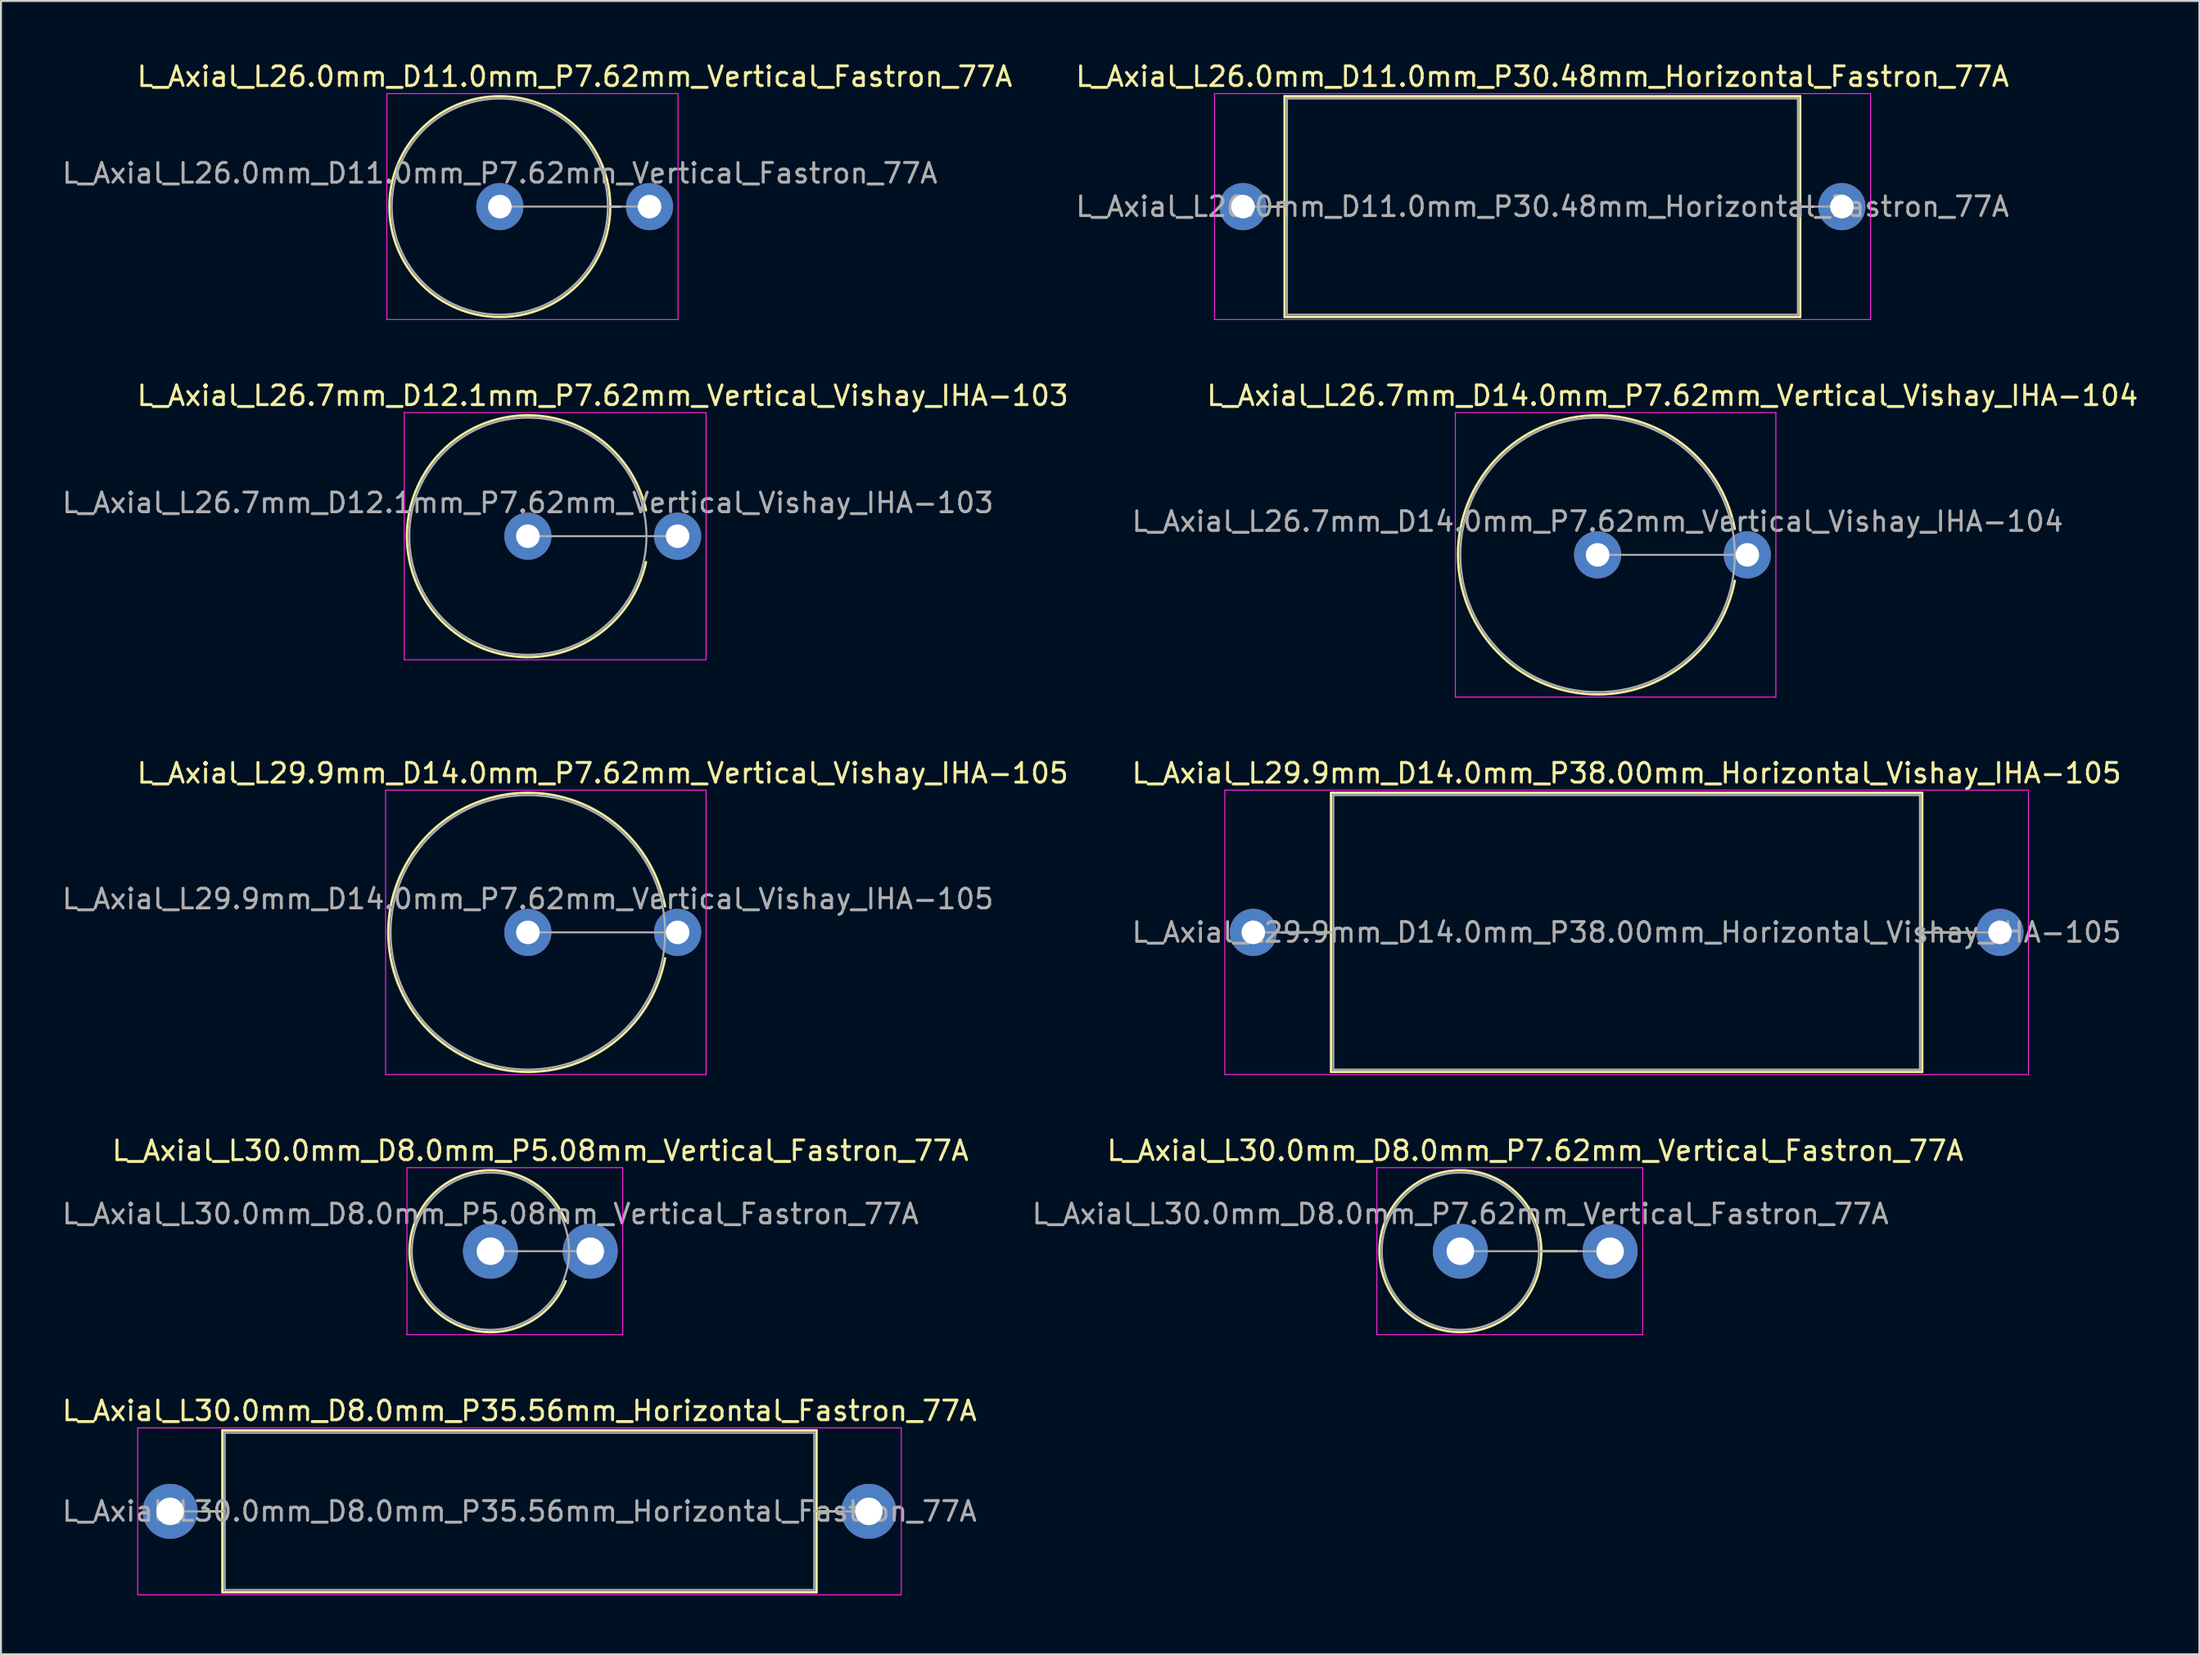
<source format=kicad_pcb>
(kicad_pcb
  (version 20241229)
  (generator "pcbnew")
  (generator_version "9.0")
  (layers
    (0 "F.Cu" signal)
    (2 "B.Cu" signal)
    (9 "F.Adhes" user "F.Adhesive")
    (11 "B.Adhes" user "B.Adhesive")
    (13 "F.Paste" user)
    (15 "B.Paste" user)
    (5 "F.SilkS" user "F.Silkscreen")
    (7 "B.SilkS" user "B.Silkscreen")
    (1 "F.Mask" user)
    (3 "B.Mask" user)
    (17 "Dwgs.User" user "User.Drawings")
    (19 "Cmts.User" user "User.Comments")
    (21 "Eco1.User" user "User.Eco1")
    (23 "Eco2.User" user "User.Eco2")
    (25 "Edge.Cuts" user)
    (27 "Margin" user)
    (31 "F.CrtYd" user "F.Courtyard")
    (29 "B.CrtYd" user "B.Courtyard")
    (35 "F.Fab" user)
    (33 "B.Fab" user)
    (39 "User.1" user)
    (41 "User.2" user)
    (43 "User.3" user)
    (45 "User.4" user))
  (footprint "L_Axial_L30.0mm_D8.0mm_P7.62mm_Vertical_Fastron_77A"
    (layer "F.Cu")
    (at 71.272 60.648)
    (property "Reference" "L_Axial_L30.0mm_D8.0mm_P7.62mm_Vertical_Fastron_77A" (at 3.81 -5.12 0) (layer "F.SilkS") (effects (font (size 1 1) (thickness 0.15))))
    (attr through_hole)
    (fp_line (start 4.12 0) (end 5.92 0) (stroke (width 0.12) (type solid)) (layer "F.SilkS"))
    (fp_circle (center 0 0) (end 4.12 0) (stroke (width 0.12) (type solid)) (fill no) (layer "F.SilkS"))
    (fp_line (start -4.25 -4.25) (end -4.25 4.25) (stroke (width 0.05) (type solid)) (layer "F.CrtYd"))
    (fp_line (start -4.25 4.25) (end 9.28 4.25) (stroke (width 0.05) (type solid)) (layer "F.CrtYd"))
    (fp_line (start 9.28 -4.25) (end -4.25 -4.25) (stroke (width 0.05) (type solid)) (layer "F.CrtYd"))
    (fp_line (start 9.28 4.25) (end 9.28 -4.25) (stroke (width 0.05) (type solid)) (layer "F.CrtYd"))
    (fp_line (start 0 0) (end 7.62 0) (stroke (width 0.1) (type solid)) (layer "F.Fab"))
    (fp_circle (center 0 0) (end 4 0) (stroke (width 0.1) (type solid)) (fill no) (layer "F.Fab"))
    (fp_text user "${REFERENCE}" (at 0 -1.9 0) (layer "F.Fab") (effects (font (size 1 1) (thickness 0.15))))
    (pad "1" thru_hole circle (at 0 0) (size 2.8 2.8) (drill 1.4) (layers "*.Cu" "*.Mask"))
    (pad "2" thru_hole oval (at 7.62 0) (size 2.8 2.8) (drill 1.4) (layers "*.Cu" "*.Mask")))
  (footprint "L_Axial_L30.0mm_D8.0mm_P5.08mm_Vertical_Fastron_77A"
    (layer "F.Cu")
    (at 21.911 60.648)
    (property "Reference" "L_Axial_L30.0mm_D8.0mm_P5.08mm_Vertical_Fastron_77A" (at 2.54 -5.12 0) (layer "F.SilkS") (effects (font (size 1 1) (thickness 0.15))))
    (attr through_hole)
    (fp_arc (start 3.82936 1.52) (mid -4.12 0) (end 3.82936 -1.52) (stroke (width 0.12) (type solid)) (layer "F.SilkS"))
    (fp_line (start -4.25 -4.25) (end -4.25 4.25) (stroke (width 0.05) (type solid)) (layer "F.CrtYd"))
    (fp_line (start -4.25 4.25) (end 6.73 4.25) (stroke (width 0.05) (type solid)) (layer "F.CrtYd"))
    (fp_line (start 6.73 -4.25) (end -4.25 -4.25) (stroke (width 0.05) (type solid)) (layer "F.CrtYd"))
    (fp_line (start 6.73 4.25) (end 6.73 -4.25) (stroke (width 0.05) (type solid)) (layer "F.CrtYd"))
    (fp_line (start 0 0) (end 5.08 0) (stroke (width 0.1) (type solid)) (layer "F.Fab"))
    (fp_circle (center 0 0) (end 4 0) (stroke (width 0.1) (type solid)) (fill no) (layer "F.Fab"))
    (fp_text user "${REFERENCE}" (at 0 -1.9 0) (layer "F.Fab") (effects (font (size 1 1) (thickness 0.15))))
    (pad "1" thru_hole circle (at 0 0) (size 2.8 2.8) (drill 1.4) (layers "*.Cu" "*.Mask"))
    (pad "2" thru_hole oval (at 5.08 0) (size 2.8 2.8) (drill 1.4) (layers "*.Cu" "*.Mask")))
  (footprint "L_Axial_L29.9mm_D14.0mm_P7.62mm_Vertical_Vishay_IHA-105"
    (layer "F.Cu")
    (at 23.815 44.415)
    (property "Reference" "L_Axial_L29.9mm_D14.0mm_P7.62mm_Vertical_Vishay_IHA-105" (at 3.81 -8.105 0) (layer "F.SilkS") (effects (font (size 1 1) (thickness 0.15))))
    (attr through_hole)
    (fp_arc (start 6.981305 1.32) (mid -7.105 0) (end 6.981305 -1.32) (stroke (width 0.12) (type solid)) (layer "F.SilkS"))
    (fp_line (start -7.24 -7.24) (end -7.24 7.24) (stroke (width 0.05) (type solid)) (layer "F.CrtYd"))
    (fp_line (start -7.24 7.24) (end 9.07 7.24) (stroke (width 0.05) (type solid)) (layer "F.CrtYd"))
    (fp_line (start 9.07 -7.24) (end -7.24 -7.24) (stroke (width 0.05) (type solid)) (layer "F.CrtYd"))
    (fp_line (start 9.07 7.24) (end 9.07 -7.24) (stroke (width 0.05) (type solid)) (layer "F.CrtYd"))
    (fp_line (start 0 0) (end 7.62 0) (stroke (width 0.1) (type solid)) (layer "F.Fab"))
    (fp_circle (center 0 0) (end 6.985 0) (stroke (width 0.1) (type solid)) (fill no) (layer "F.Fab"))
    (fp_text user "${REFERENCE}" (at 0 -1.7 0) (layer "F.Fab") (effects (font (size 1 1) (thickness 0.15))))
    (pad "1" thru_hole circle (at 0 0) (size 2.4 2.4) (drill 1.2) (layers "*.Cu" "*.Mask"))
    (pad "2" thru_hole oval (at 7.62 0) (size 2.4 2.4) (drill 1.2) (layers "*.Cu" "*.Mask")))
  (footprint "L_Axial_L26.0mm_D11.0mm_P7.62mm_Vertical_Fastron_77A"
    (layer "F.Cu")
    (at 22.387 7.468)
    (property "Reference" "L_Axial_L26.0mm_D11.0mm_P7.62mm_Vertical_Fastron_77A" (at 3.81 -6.62 0) (layer "F.SilkS") (effects (font (size 1 1) (thickness 0.15))))
    (attr through_hole)
    (fp_line (start 5.62 0) (end 6.12 0) (stroke (width 0.12) (type solid)) (layer "F.SilkS"))
    (fp_circle (center 0 0) (end 5.62 0) (stroke (width 0.12) (type solid)) (fill no) (layer "F.SilkS"))
    (fp_line (start -5.75 -5.75) (end -5.75 5.75) (stroke (width 0.05) (type solid)) (layer "F.CrtYd"))
    (fp_line (start -5.75 5.75) (end 9.07 5.75) (stroke (width 0.05) (type solid)) (layer "F.CrtYd"))
    (fp_line (start 9.07 -5.75) (end -5.75 -5.75) (stroke (width 0.05) (type solid)) (layer "F.CrtYd"))
    (fp_line (start 9.07 5.75) (end 9.07 -5.75) (stroke (width 0.05) (type solid)) (layer "F.CrtYd"))
    (fp_line (start 0 0) (end 7.62 0) (stroke (width 0.1) (type solid)) (layer "F.Fab"))
    (fp_circle (center 0 0) (end 5.5 0) (stroke (width 0.1) (type solid)) (fill no) (layer "F.Fab"))
    (fp_text user "${REFERENCE}" (at 0 -1.7 0) (layer "F.Fab") (effects (font (size 1 1) (thickness 0.15))))
    (pad "1" thru_hole circle (at 0 0) (size 2.4 2.4) (drill 1.2) (layers "*.Cu" "*.Mask"))
    (pad "2" thru_hole oval (at 7.62 0) (size 2.4 2.4) (drill 1.2) (layers "*.Cu" "*.Mask")))
  (footprint "L_Axial_L26.0mm_D11.0mm_P30.48mm_Horizontal_Fastron_77A"
    (layer "F.Cu")
    (at 60.207 7.468)
    (property "Reference" "L_Axial_L26.0mm_D11.0mm_P30.48mm_Horizontal_Fastron_77A" (at 15.24 -6.62 0) (layer "F.SilkS") (effects (font (size 1 1) (thickness 0.15))))
    (attr through_hole)
    (fp_line (start 1.44 0) (end 2.12 0) (stroke (width 0.12) (type solid)) (layer "F.SilkS"))
    (fp_line (start 2.12 -5.62) (end 2.12 5.62) (stroke (width 0.12) (type solid)) (layer "F.SilkS"))
    (fp_line (start 2.12 5.62) (end 28.36 5.62) (stroke (width 0.12) (type solid)) (layer "F.SilkS"))
    (fp_line (start 28.36 -5.62) (end 2.12 -5.62) (stroke (width 0.12) (type solid)) (layer "F.SilkS"))
    (fp_line (start 28.36 5.62) (end 28.36 -5.62) (stroke (width 0.12) (type solid)) (layer "F.SilkS"))
    (fp_line (start 29.04 0) (end 28.36 0) (stroke (width 0.12) (type solid)) (layer "F.SilkS"))
    (fp_line (start -1.45 -5.75) (end -1.45 5.75) (stroke (width 0.05) (type solid)) (layer "F.CrtYd"))
    (fp_line (start -1.45 5.75) (end 31.94 5.75) (stroke (width 0.05) (type solid)) (layer "F.CrtYd"))
    (fp_line (start 31.94 -5.75) (end -1.45 -5.75) (stroke (width 0.05) (type solid)) (layer "F.CrtYd"))
    (fp_line (start 31.94 5.75) (end 31.94 -5.75) (stroke (width 0.05) (type solid)) (layer "F.CrtYd"))
    (fp_line (start 0 0) (end 2.24 0) (stroke (width 0.1) (type solid)) (layer "F.Fab"))
    (fp_line (start 2.24 -5.5) (end 2.24 5.5) (stroke (width 0.1) (type solid)) (layer "F.Fab"))
    (fp_line (start 2.24 5.5) (end 28.24 5.5) (stroke (width 0.1) (type solid)) (layer "F.Fab"))
    (fp_line (start 28.24 -5.5) (end 2.24 -5.5) (stroke (width 0.1) (type solid)) (layer "F.Fab"))
    (fp_line (start 28.24 5.5) (end 28.24 -5.5) (stroke (width 0.1) (type solid)) (layer "F.Fab"))
    (fp_line (start 30.48 0) (end 28.24 0) (stroke (width 0.1) (type solid)) (layer "F.Fab"))
    (fp_text user "${REFERENCE}" (at 15.24 0 0) (layer "F.Fab") (effects (font (size 1 1) (thickness 0.15))))
    (pad "1" thru_hole circle (at 0 0) (size 2.4 2.4) (drill 1.2) (layers "*.Cu" "*.Mask"))
    (pad "2" thru_hole oval (at 30.48 0) (size 2.4 2.4) (drill 1.2) (layers "*.Cu" "*.Mask")))
  (footprint "L_Axial_L26.7mm_D14.0mm_P7.62mm_Vertical_Vishay_IHA-104"
    (layer "F.Cu")
    (at 78.256 25.197)
    (property "Reference" "L_Axial_L26.7mm_D14.0mm_P7.62mm_Vertical_Vishay_IHA-104" (at 3.81 -8.105 0) (layer "F.SilkS") (effects (font (size 1 1) (thickness 0.15))))
    (attr through_hole)
    (fp_arc (start 6.981305 1.32) (mid -7.105 0) (end 6.981305 -1.32) (stroke (width 0.12) (type solid)) (layer "F.SilkS"))
    (fp_line (start -7.24 -7.24) (end -7.24 7.24) (stroke (width 0.05) (type solid)) (layer "F.CrtYd"))
    (fp_line (start -7.24 7.24) (end 9.07 7.24) (stroke (width 0.05) (type solid)) (layer "F.CrtYd"))
    (fp_line (start 9.07 -7.24) (end -7.24 -7.24) (stroke (width 0.05) (type solid)) (layer "F.CrtYd"))
    (fp_line (start 9.07 7.24) (end 9.07 -7.24) (stroke (width 0.05) (type solid)) (layer "F.CrtYd"))
    (fp_line (start 0 0) (end 7.62 0) (stroke (width 0.1) (type solid)) (layer "F.Fab"))
    (fp_circle (center 0 0) (end 6.985 0) (stroke (width 0.1) (type solid)) (fill no) (layer "F.Fab"))
    (fp_text user "${REFERENCE}" (at 0 -1.7 0) (layer "F.Fab") (effects (font (size 1 1) (thickness 0.15))))
    (pad "1" thru_hole circle (at 0 0) (size 2.4 2.4) (drill 1.2) (layers "*.Cu" "*.Mask"))
    (pad "2" thru_hole oval (at 7.62 0) (size 2.4 2.4) (drill 1.2) (layers "*.Cu" "*.Mask")))
  (footprint "L_Axial_L26.7mm_D12.1mm_P7.62mm_Vertical_Vishay_IHA-103"
    (layer "F.Cu")
    (at 23.815 24.247)
    (property "Reference" "L_Axial_L26.7mm_D12.1mm_P7.62mm_Vertical_Vishay_IHA-103" (at 3.81 -7.155 0) (layer "F.SilkS") (effects (font (size 1 1) (thickness 0.15))))
    (attr through_hole)
    (fp_arc (start 6.01179 1.32) (mid -6.155 0) (end 6.01179 -1.32) (stroke (width 0.12) (type solid)) (layer "F.SilkS"))
    (fp_line (start -6.29 -6.29) (end -6.29 6.29) (stroke (width 0.05) (type solid)) (layer "F.CrtYd"))
    (fp_line (start -6.29 6.29) (end 9.07 6.29) (stroke (width 0.05) (type solid)) (layer "F.CrtYd"))
    (fp_line (start 9.07 -6.29) (end -6.29 -6.29) (stroke (width 0.05) (type solid)) (layer "F.CrtYd"))
    (fp_line (start 9.07 6.29) (end 9.07 -6.29) (stroke (width 0.05) (type solid)) (layer "F.CrtYd"))
    (fp_line (start 0 0) (end 7.62 0) (stroke (width 0.1) (type solid)) (layer "F.Fab"))
    (fp_circle (center 0 0) (end 6.035 0) (stroke (width 0.1) (type solid)) (fill no) (layer "F.Fab"))
    (fp_text user "${REFERENCE}" (at 0 -1.7 0) (layer "F.Fab") (effects (font (size 1 1) (thickness 0.15))))
    (pad "1" thru_hole circle (at 0 0) (size 2.4 2.4) (drill 1.2) (layers "*.Cu" "*.Mask"))
    (pad "2" thru_hole oval (at 7.62 0) (size 2.4 2.4) (drill 1.2) (layers "*.Cu" "*.Mask")))
  (footprint "L_Axial_L29.9mm_D14.0mm_P38.00mm_Horizontal_Vishay_IHA-105"
    (layer "F.Cu")
    (at 60.733 44.415)
    (property "Reference" "L_Axial_L29.9mm_D14.0mm_P38.00mm_Horizontal_Vishay_IHA-105" (at 19 -8.105 0) (layer "F.SilkS") (effects (font (size 1 1) (thickness 0.15))))
    (attr through_hole)
    (fp_line (start 1.44 0) (end 3.955 0) (stroke (width 0.12) (type solid)) (layer "F.SilkS"))
    (fp_line (start 3.955 -7.105) (end 3.955 7.105) (stroke (width 0.12) (type solid)) (layer "F.SilkS"))
    (fp_line (start 3.955 7.105) (end 34.045 7.105) (stroke (width 0.12) (type solid)) (layer "F.SilkS"))
    (fp_line (start 34.045 -7.105) (end 3.955 -7.105) (stroke (width 0.12) (type solid)) (layer "F.SilkS"))
    (fp_line (start 34.045 7.105) (end 34.045 -7.105) (stroke (width 0.12) (type solid)) (layer "F.SilkS"))
    (fp_line (start 36.56 0) (end 34.045 0) (stroke (width 0.12) (type solid)) (layer "F.SilkS"))
    (fp_line (start -1.45 -7.24) (end -1.45 7.24) (stroke (width 0.05) (type solid)) (layer "F.CrtYd"))
    (fp_line (start -1.45 7.24) (end 39.45 7.24) (stroke (width 0.05) (type solid)) (layer "F.CrtYd"))
    (fp_line (start 39.45 -7.24) (end -1.45 -7.24) (stroke (width 0.05) (type solid)) (layer "F.CrtYd"))
    (fp_line (start 39.45 7.24) (end 39.45 -7.24) (stroke (width 0.05) (type solid)) (layer "F.CrtYd"))
    (fp_line (start 0 0) (end 4.075 0) (stroke (width 0.1) (type solid)) (layer "F.Fab"))
    (fp_line (start 4.075 -6.985) (end 4.075 6.985) (stroke (width 0.1) (type solid)) (layer "F.Fab"))
    (fp_line (start 4.075 6.985) (end 33.925 6.985) (stroke (width 0.1) (type solid)) (layer "F.Fab"))
    (fp_line (start 33.925 -6.985) (end 4.075 -6.985) (stroke (width 0.1) (type solid)) (layer "F.Fab"))
    (fp_line (start 33.925 6.985) (end 33.925 -6.985) (stroke (width 0.1) (type solid)) (layer "F.Fab"))
    (fp_line (start 38 0) (end 33.925 0) (stroke (width 0.1) (type solid)) (layer "F.Fab"))
    (fp_text user "${REFERENCE}" (at 19 0 0) (layer "F.Fab") (effects (font (size 1 1) (thickness 0.15))))
    (pad "1" thru_hole circle (at 0 0) (size 2.4 2.4) (drill 1.2) (layers "*.Cu" "*.Mask"))
    (pad "2" thru_hole oval (at 38 0) (size 2.4 2.4) (drill 1.2) (layers "*.Cu" "*.Mask")))
  (footprint "L_Axial_L30.0mm_D8.0mm_P35.56mm_Horizontal_Fastron_77A"
    (layer "F.Cu")
    (at 5.607 73.891)
    (property "Reference" "L_Axial_L30.0mm_D8.0mm_P35.56mm_Horizontal_Fastron_77A" (at 17.78 -5.12 0) (layer "F.SilkS") (effects (font (size 1 1) (thickness 0.15))))
    (attr through_hole)
    (fp_line (start 1.64 0) (end 2.66 0) (stroke (width 0.12) (type solid)) (layer "F.SilkS"))
    (fp_line (start 2.66 -4.12) (end 2.66 4.12) (stroke (width 0.12) (type solid)) (layer "F.SilkS"))
    (fp_line (start 2.66 4.12) (end 32.9 4.12) (stroke (width 0.12) (type solid)) (layer "F.SilkS"))
    (fp_line (start 32.9 -4.12) (end 2.66 -4.12) (stroke (width 0.12) (type solid)) (layer "F.SilkS"))
    (fp_line (start 32.9 4.12) (end 32.9 -4.12) (stroke (width 0.12) (type solid)) (layer "F.SilkS"))
    (fp_line (start 33.92 0) (end 32.9 0) (stroke (width 0.12) (type solid)) (layer "F.SilkS"))
    (fp_line (start -1.65 -4.25) (end -1.65 4.25) (stroke (width 0.05) (type solid)) (layer "F.CrtYd"))
    (fp_line (start -1.65 4.25) (end 37.21 4.25) (stroke (width 0.05) (type solid)) (layer "F.CrtYd"))
    (fp_line (start 37.21 -4.25) (end -1.65 -4.25) (stroke (width 0.05) (type solid)) (layer "F.CrtYd"))
    (fp_line (start 37.21 4.25) (end 37.21 -4.25) (stroke (width 0.05) (type solid)) (layer "F.CrtYd"))
    (fp_line (start 0 0) (end 2.78 0) (stroke (width 0.1) (type solid)) (layer "F.Fab"))
    (fp_line (start 2.78 -4) (end 2.78 4) (stroke (width 0.1) (type solid)) (layer "F.Fab"))
    (fp_line (start 2.78 4) (end 32.78 4) (stroke (width 0.1) (type solid)) (layer "F.Fab"))
    (fp_line (start 32.78 -4) (end 2.78 -4) (stroke (width 0.1) (type solid)) (layer "F.Fab"))
    (fp_line (start 32.78 4) (end 32.78 -4) (stroke (width 0.1) (type solid)) (layer "F.Fab"))
    (fp_line (start 35.56 0) (end 32.78 0) (stroke (width 0.1) (type solid)) (layer "F.Fab"))
    (fp_text user "${REFERENCE}" (at 17.78 0 0) (layer "F.Fab") (effects (font (size 1 1) (thickness 0.15))))
    (pad "1" thru_hole circle (at 0 0) (size 2.8 2.8) (drill 1.4) (layers "*.Cu" "*.Mask"))
    (pad "2" thru_hole oval (at 35.56 0) (size 2.8 2.8) (drill 1.4) (layers "*.Cu" "*.Mask")))
  (gr_rect
    (start -3 -3)
    (end 108.882 81.166)
    (stroke (width 0.1) (type default))
    (fill no)
    (layer "Edge.Cuts")))
</source>
